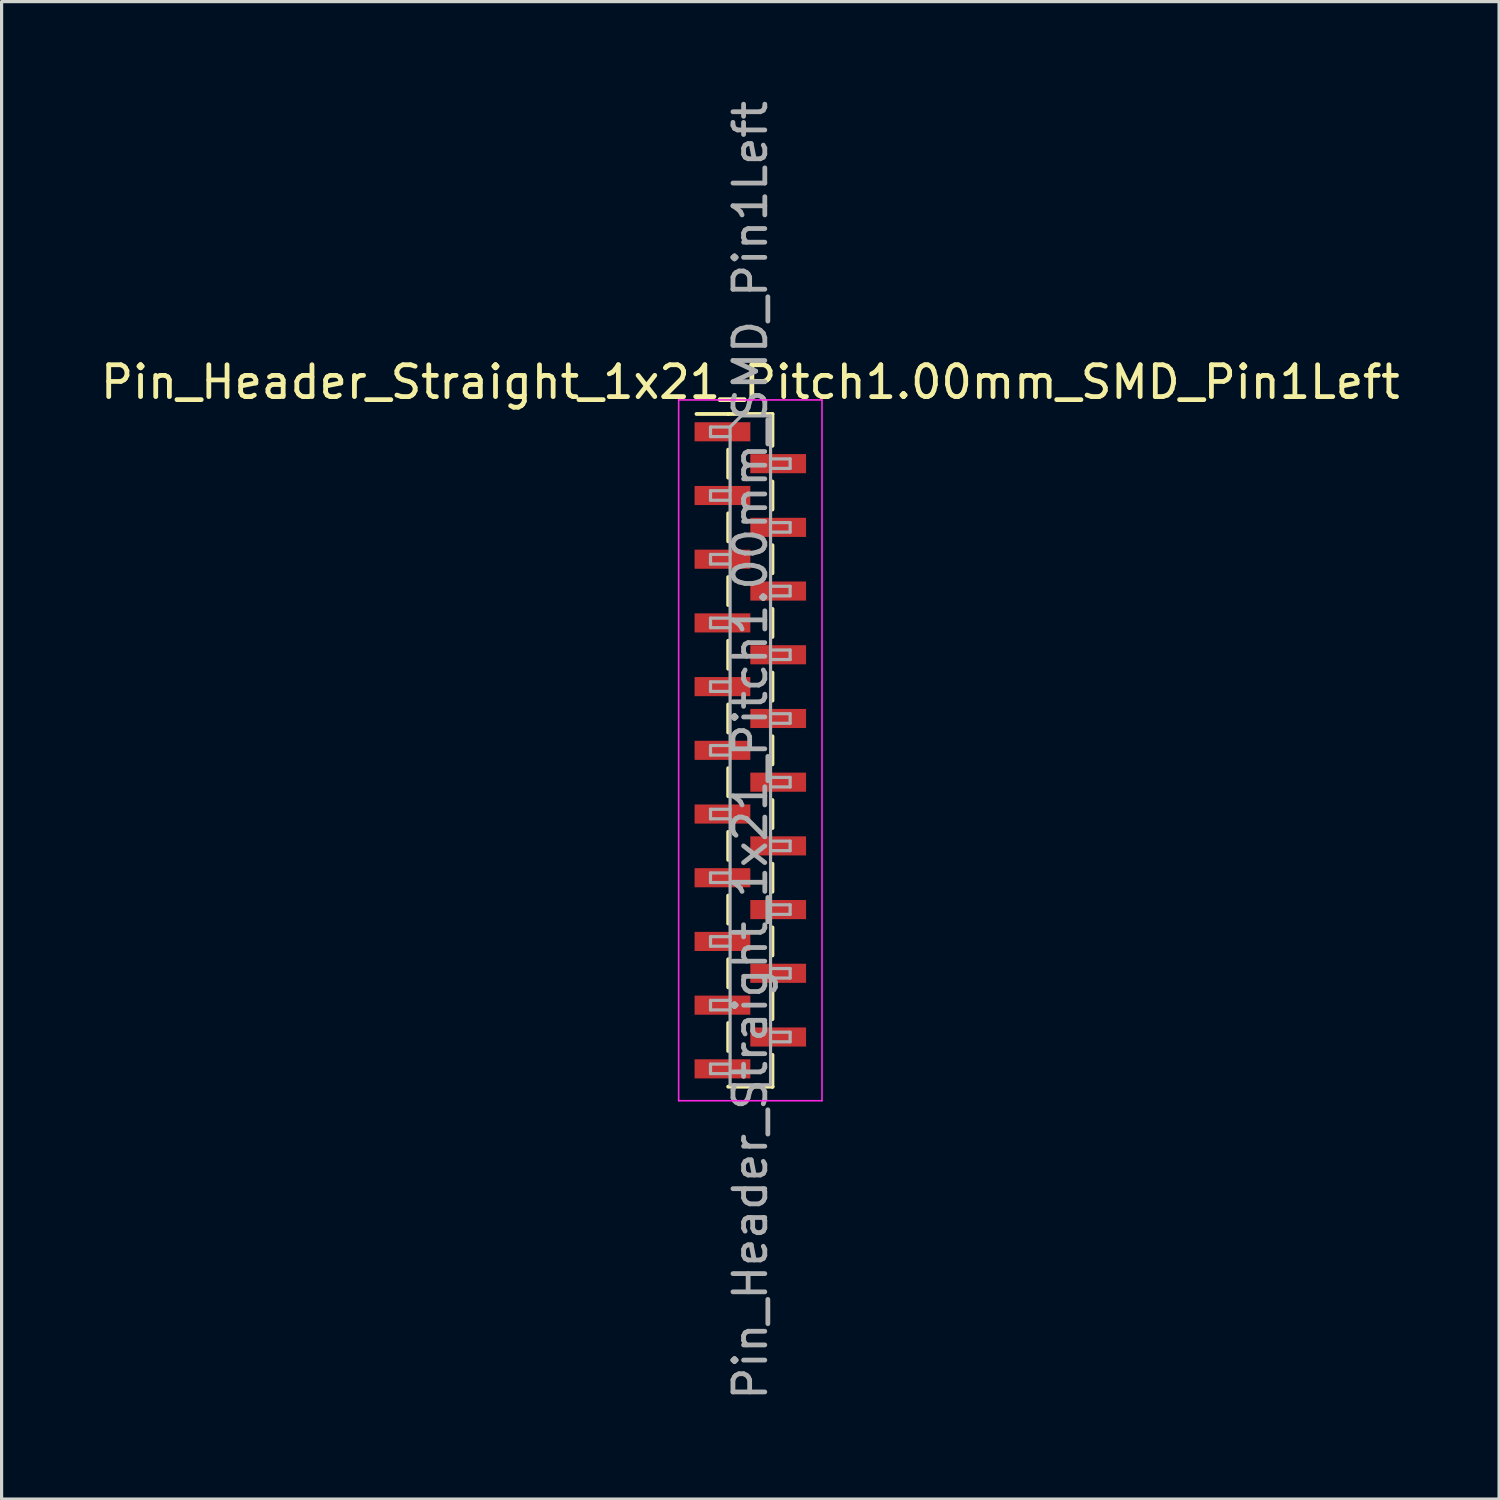
<source format=kicad_pcb>
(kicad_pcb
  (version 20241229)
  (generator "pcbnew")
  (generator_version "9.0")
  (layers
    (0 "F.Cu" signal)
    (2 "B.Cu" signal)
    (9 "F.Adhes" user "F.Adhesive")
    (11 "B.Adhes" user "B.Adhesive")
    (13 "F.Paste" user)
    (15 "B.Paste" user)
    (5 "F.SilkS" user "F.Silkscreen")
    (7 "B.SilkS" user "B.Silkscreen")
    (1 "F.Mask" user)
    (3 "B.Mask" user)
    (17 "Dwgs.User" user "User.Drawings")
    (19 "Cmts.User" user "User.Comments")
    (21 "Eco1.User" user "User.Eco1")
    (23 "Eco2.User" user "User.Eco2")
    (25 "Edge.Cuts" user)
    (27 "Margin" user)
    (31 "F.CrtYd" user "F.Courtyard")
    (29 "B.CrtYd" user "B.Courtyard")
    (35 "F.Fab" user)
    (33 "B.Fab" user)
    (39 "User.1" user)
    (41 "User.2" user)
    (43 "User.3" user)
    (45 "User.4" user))
  (footprint "Pin_Header_Straight_1x21_Pitch1.00mm_SMD_Pin1Left"
    (layer "F.Cu")
    (at 20.506 20.506)
    (property "Reference" "Pin_Header_Straight_1x21_Pitch1.00mm_SMD_Pin1Left" (at 0 -11.56 0) (layer "F.SilkS") (effects (font (size 1 1) (thickness 0.15))))
    (attr smd)
    (fp_line (start -0.695 -10.56) (end -1.69 -10.56) (stroke (width 0.12) (type solid)) (layer "F.SilkS"))
    (fp_line (start -0.695 -10.56) (end -0.695 -10.56) (stroke (width 0.12) (type solid)) (layer "F.SilkS"))
    (fp_line (start -0.695 -10.56) (end 0.695 -10.56) (stroke (width 0.12) (type solid)) (layer "F.SilkS"))
    (fp_line (start -0.695 -9.44) (end -0.695 -8.56) (stroke (width 0.12) (type solid)) (layer "F.SilkS"))
    (fp_line (start -0.695 -7.44) (end -0.695 -6.56) (stroke (width 0.12) (type solid)) (layer "F.SilkS"))
    (fp_line (start -0.695 -5.44) (end -0.695 -4.56) (stroke (width 0.12) (type solid)) (layer "F.SilkS"))
    (fp_line (start -0.695 -3.44) (end -0.695 -2.56) (stroke (width 0.12) (type solid)) (layer "F.SilkS"))
    (fp_line (start -0.695 -1.44) (end -0.695 -0.56) (stroke (width 0.12) (type solid)) (layer "F.SilkS"))
    (fp_line (start -0.695 0.56) (end -0.695 1.44) (stroke (width 0.12) (type solid)) (layer "F.SilkS"))
    (fp_line (start -0.695 2.56) (end -0.695 3.44) (stroke (width 0.12) (type solid)) (layer "F.SilkS"))
    (fp_line (start -0.695 4.56) (end -0.695 5.44) (stroke (width 0.12) (type solid)) (layer "F.SilkS"))
    (fp_line (start -0.695 6.56) (end -0.695 7.44) (stroke (width 0.12) (type solid)) (layer "F.SilkS"))
    (fp_line (start -0.695 8.56) (end -0.695 9.44) (stroke (width 0.12) (type solid)) (layer "F.SilkS"))
    (fp_line (start -0.695 10.56) (end 0.695 10.56) (stroke (width 0.12) (type solid)) (layer "F.SilkS"))
    (fp_line (start 0.695 -10.56) (end 0.695 -9.56) (stroke (width 0.12) (type solid)) (layer "F.SilkS"))
    (fp_line (start 0.695 -8.44) (end 0.695 -7.56) (stroke (width 0.12) (type solid)) (layer "F.SilkS"))
    (fp_line (start 0.695 -6.44) (end 0.695 -5.56) (stroke (width 0.12) (type solid)) (layer "F.SilkS"))
    (fp_line (start 0.695 -4.44) (end 0.695 -3.56) (stroke (width 0.12) (type solid)) (layer "F.SilkS"))
    (fp_line (start 0.695 -2.44) (end 0.695 -1.56) (stroke (width 0.12) (type solid)) (layer "F.SilkS"))
    (fp_line (start 0.695 -0.44) (end 0.695 0.44) (stroke (width 0.12) (type solid)) (layer "F.SilkS"))
    (fp_line (start 0.695 1.56) (end 0.695 2.44) (stroke (width 0.12) (type solid)) (layer "F.SilkS"))
    (fp_line (start 0.695 3.56) (end 0.695 4.44) (stroke (width 0.12) (type solid)) (layer "F.SilkS"))
    (fp_line (start 0.695 5.56) (end 0.695 6.44) (stroke (width 0.12) (type solid)) (layer "F.SilkS"))
    (fp_line (start 0.695 7.56) (end 0.695 8.44) (stroke (width 0.12) (type solid)) (layer "F.SilkS"))
    (fp_line (start 0.695 9.56) (end 0.695 10.56) (stroke (width 0.12) (type solid)) (layer "F.SilkS"))
    (fp_line (start 0.695 10.56) (end 0.695 10.56) (stroke (width 0.12) (type solid)) (layer "F.SilkS"))
    (fp_line (start -2.25 -11) (end -2.25 11) (stroke (width 0.05) (type solid)) (layer "F.CrtYd"))
    (fp_line (start -2.25 11) (end 2.25 11) (stroke (width 0.05) (type solid)) (layer "F.CrtYd"))
    (fp_line (start 2.25 -11) (end -2.25 -11) (stroke (width 0.05) (type solid)) (layer "F.CrtYd"))
    (fp_line (start 2.25 11) (end 2.25 -11) (stroke (width 0.05) (type solid)) (layer "F.CrtYd"))
    (fp_line (start -1.25 -10.15) (end -1.25 -9.85) (stroke (width 0.1) (type solid)) (layer "F.Fab"))
    (fp_line (start -1.25 -9.85) (end -0.635 -9.85) (stroke (width 0.1) (type solid)) (layer "F.Fab"))
    (fp_line (start -1.25 -8.15) (end -1.25 -7.85) (stroke (width 0.1) (type solid)) (layer "F.Fab"))
    (fp_line (start -1.25 -7.85) (end -0.635 -7.85) (stroke (width 0.1) (type solid)) (layer "F.Fab"))
    (fp_line (start -1.25 -6.15) (end -1.25 -5.85) (stroke (width 0.1) (type solid)) (layer "F.Fab"))
    (fp_line (start -1.25 -5.85) (end -0.635 -5.85) (stroke (width 0.1) (type solid)) (layer "F.Fab"))
    (fp_line (start -1.25 -4.15) (end -1.25 -3.85) (stroke (width 0.1) (type solid)) (layer "F.Fab"))
    (fp_line (start -1.25 -3.85) (end -0.635 -3.85) (stroke (width 0.1) (type solid)) (layer "F.Fab"))
    (fp_line (start -1.25 -2.15) (end -1.25 -1.85) (stroke (width 0.1) (type solid)) (layer "F.Fab"))
    (fp_line (start -1.25 -1.85) (end -0.635 -1.85) (stroke (width 0.1) (type solid)) (layer "F.Fab"))
    (fp_line (start -1.25 -0.15) (end -1.25 0.15) (stroke (width 0.1) (type solid)) (layer "F.Fab"))
    (fp_line (start -1.25 0.15) (end -0.635 0.15) (stroke (width 0.1) (type solid)) (layer "F.Fab"))
    (fp_line (start -1.25 1.85) (end -1.25 2.15) (stroke (width 0.1) (type solid)) (layer "F.Fab"))
    (fp_line (start -1.25 2.15) (end -0.635 2.15) (stroke (width 0.1) (type solid)) (layer "F.Fab"))
    (fp_line (start -1.25 3.85) (end -1.25 4.15) (stroke (width 0.1) (type solid)) (layer "F.Fab"))
    (fp_line (start -1.25 4.15) (end -0.635 4.15) (stroke (width 0.1) (type solid)) (layer "F.Fab"))
    (fp_line (start -1.25 5.85) (end -1.25 6.15) (stroke (width 0.1) (type solid)) (layer "F.Fab"))
    (fp_line (start -1.25 6.15) (end -0.635 6.15) (stroke (width 0.1) (type solid)) (layer "F.Fab"))
    (fp_line (start -1.25 7.85) (end -1.25 8.15) (stroke (width 0.1) (type solid)) (layer "F.Fab"))
    (fp_line (start -1.25 8.15) (end -0.635 8.15) (stroke (width 0.1) (type solid)) (layer "F.Fab"))
    (fp_line (start -1.25 9.85) (end -1.25 10.15) (stroke (width 0.1) (type solid)) (layer "F.Fab"))
    (fp_line (start -1.25 10.15) (end -0.635 10.15) (stroke (width 0.1) (type solid)) (layer "F.Fab"))
    (fp_line (start -0.635 -10.15) (end -1.25 -10.15) (stroke (width 0.1) (type solid)) (layer "F.Fab"))
    (fp_line (start -0.635 -10.15) (end -0.285 -10.5) (stroke (width 0.1) (type solid)) (layer "F.Fab"))
    (fp_line (start -0.635 -8.15) (end -1.25 -8.15) (stroke (width 0.1) (type solid)) (layer "F.Fab"))
    (fp_line (start -0.635 -6.15) (end -1.25 -6.15) (stroke (width 0.1) (type solid)) (layer "F.Fab"))
    (fp_line (start -0.635 -4.15) (end -1.25 -4.15) (stroke (width 0.1) (type solid)) (layer "F.Fab"))
    (fp_line (start -0.635 -2.15) (end -1.25 -2.15) (stroke (width 0.1) (type solid)) (layer "F.Fab"))
    (fp_line (start -0.635 -0.15) (end -1.25 -0.15) (stroke (width 0.1) (type solid)) (layer "F.Fab"))
    (fp_line (start -0.635 1.85) (end -1.25 1.85) (stroke (width 0.1) (type solid)) (layer "F.Fab"))
    (fp_line (start -0.635 3.85) (end -1.25 3.85) (stroke (width 0.1) (type solid)) (layer "F.Fab"))
    (fp_line (start -0.635 5.85) (end -1.25 5.85) (stroke (width 0.1) (type solid)) (layer "F.Fab"))
    (fp_line (start -0.635 7.85) (end -1.25 7.85) (stroke (width 0.1) (type solid)) (layer "F.Fab"))
    (fp_line (start -0.635 9.85) (end -1.25 9.85) (stroke (width 0.1) (type solid)) (layer "F.Fab"))
    (fp_line (start -0.635 10.5) (end -0.635 -10.15) (stroke (width 0.1) (type solid)) (layer "F.Fab"))
    (fp_line (start -0.285 -10.5) (end 0.635 -10.5) (stroke (width 0.1) (type solid)) (layer "F.Fab"))
    (fp_line (start 0.635 -10.5) (end 0.635 10.5) (stroke (width 0.1) (type solid)) (layer "F.Fab"))
    (fp_line (start 0.635 -9.15) (end 1.25 -9.15) (stroke (width 0.1) (type solid)) (layer "F.Fab"))
    (fp_line (start 0.635 -7.15) (end 1.25 -7.15) (stroke (width 0.1) (type solid)) (layer "F.Fab"))
    (fp_line (start 0.635 -5.15) (end 1.25 -5.15) (stroke (width 0.1) (type solid)) (layer "F.Fab"))
    (fp_line (start 0.635 -3.15) (end 1.25 -3.15) (stroke (width 0.1) (type solid)) (layer "F.Fab"))
    (fp_line (start 0.635 -1.15) (end 1.25 -1.15) (stroke (width 0.1) (type solid)) (layer "F.Fab"))
    (fp_line (start 0.635 0.85) (end 1.25 0.85) (stroke (width 0.1) (type solid)) (layer "F.Fab"))
    (fp_line (start 0.635 2.85) (end 1.25 2.85) (stroke (width 0.1) (type solid)) (layer "F.Fab"))
    (fp_line (start 0.635 4.85) (end 1.25 4.85) (stroke (width 0.1) (type solid)) (layer "F.Fab"))
    (fp_line (start 0.635 6.85) (end 1.25 6.85) (stroke (width 0.1) (type solid)) (layer "F.Fab"))
    (fp_line (start 0.635 8.85) (end 1.25 8.85) (stroke (width 0.1) (type solid)) (layer "F.Fab"))
    (fp_line (start 0.635 10.5) (end -0.635 10.5) (stroke (width 0.1) (type solid)) (layer "F.Fab"))
    (fp_line (start 1.25 -9.15) (end 1.25 -8.85) (stroke (width 0.1) (type solid)) (layer "F.Fab"))
    (fp_line (start 1.25 -8.85) (end 0.635 -8.85) (stroke (width 0.1) (type solid)) (layer "F.Fab"))
    (fp_line (start 1.25 -7.15) (end 1.25 -6.85) (stroke (width 0.1) (type solid)) (layer "F.Fab"))
    (fp_line (start 1.25 -6.85) (end 0.635 -6.85) (stroke (width 0.1) (type solid)) (layer "F.Fab"))
    (fp_line (start 1.25 -5.15) (end 1.25 -4.85) (stroke (width 0.1) (type solid)) (layer "F.Fab"))
    (fp_line (start 1.25 -4.85) (end 0.635 -4.85) (stroke (width 0.1) (type solid)) (layer "F.Fab"))
    (fp_line (start 1.25 -3.15) (end 1.25 -2.85) (stroke (width 0.1) (type solid)) (layer "F.Fab"))
    (fp_line (start 1.25 -2.85) (end 0.635 -2.85) (stroke (width 0.1) (type solid)) (layer "F.Fab"))
    (fp_line (start 1.25 -1.15) (end 1.25 -0.85) (stroke (width 0.1) (type solid)) (layer "F.Fab"))
    (fp_line (start 1.25 -0.85) (end 0.635 -0.85) (stroke (width 0.1) (type solid)) (layer "F.Fab"))
    (fp_line (start 1.25 0.85) (end 1.25 1.15) (stroke (width 0.1) (type solid)) (layer "F.Fab"))
    (fp_line (start 1.25 1.15) (end 0.635 1.15) (stroke (width 0.1) (type solid)) (layer "F.Fab"))
    (fp_line (start 1.25 2.85) (end 1.25 3.15) (stroke (width 0.1) (type solid)) (layer "F.Fab"))
    (fp_line (start 1.25 3.15) (end 0.635 3.15) (stroke (width 0.1) (type solid)) (layer "F.Fab"))
    (fp_line (start 1.25 4.85) (end 1.25 5.15) (stroke (width 0.1) (type solid)) (layer "F.Fab"))
    (fp_line (start 1.25 5.15) (end 0.635 5.15) (stroke (width 0.1) (type solid)) (layer "F.Fab"))
    (fp_line (start 1.25 6.85) (end 1.25 7.15) (stroke (width 0.1) (type solid)) (layer "F.Fab"))
    (fp_line (start 1.25 7.15) (end 0.635 7.15) (stroke (width 0.1) (type solid)) (layer "F.Fab"))
    (fp_line (start 1.25 8.85) (end 1.25 9.15) (stroke (width 0.1) (type solid)) (layer "F.Fab"))
    (fp_line (start 1.25 9.15) (end 0.635 9.15) (stroke (width 0.1) (type solid)) (layer "F.Fab"))
    (fp_text user "${REFERENCE}" (at 0 0 90) (layer "F.Fab") (effects (font (size 1 1) (thickness 0.15))))
    (pad "1" smd rect (at -0.875 -10) (size 1.75 0.6) (layers "F.Cu" "F.Mask" "F.Paste"))
    (pad "2" smd rect (at 0.875 -9) (size 1.75 0.6) (layers "F.Cu" "F.Mask" "F.Paste"))
    (pad "3" smd rect (at -0.875 -8) (size 1.75 0.6) (layers "F.Cu" "F.Mask" "F.Paste"))
    (pad "4" smd rect (at 0.875 -7) (size 1.75 0.6) (layers "F.Cu" "F.Mask" "F.Paste"))
    (pad "5" smd rect (at -0.875 -6) (size 1.75 0.6) (layers "F.Cu" "F.Mask" "F.Paste"))
    (pad "6" smd rect (at 0.875 -5) (size 1.75 0.6) (layers "F.Cu" "F.Mask" "F.Paste"))
    (pad "7" smd rect (at -0.875 -4) (size 1.75 0.6) (layers "F.Cu" "F.Mask" "F.Paste"))
    (pad "8" smd rect (at 0.875 -3) (size 1.75 0.6) (layers "F.Cu" "F.Mask" "F.Paste"))
    (pad "9" smd rect (at -0.875 -2) (size 1.75 0.6) (layers "F.Cu" "F.Mask" "F.Paste"))
    (pad "10" smd rect (at 0.875 -1) (size 1.75 0.6) (layers "F.Cu" "F.Mask" "F.Paste"))
    (pad "11" smd rect (at -0.875 0) (size 1.75 0.6) (layers "F.Cu" "F.Mask" "F.Paste"))
    (pad "12" smd rect (at 0.875 1) (size 1.75 0.6) (layers "F.Cu" "F.Mask" "F.Paste"))
    (pad "13" smd rect (at -0.875 2) (size 1.75 0.6) (layers "F.Cu" "F.Mask" "F.Paste"))
    (pad "14" smd rect (at 0.875 3) (size 1.75 0.6) (layers "F.Cu" "F.Mask" "F.Paste"))
    (pad "15" smd rect (at -0.875 4) (size 1.75 0.6) (layers "F.Cu" "F.Mask" "F.Paste"))
    (pad "16" smd rect (at 0.875 5) (size 1.75 0.6) (layers "F.Cu" "F.Mask" "F.Paste"))
    (pad "17" smd rect (at -0.875 6) (size 1.75 0.6) (layers "F.Cu" "F.Mask" "F.Paste"))
    (pad "18" smd rect (at 0.875 7) (size 1.75 0.6) (layers "F.Cu" "F.Mask" "F.Paste"))
    (pad "19" smd rect (at -0.875 8) (size 1.75 0.6) (layers "F.Cu" "F.Mask" "F.Paste"))
    (pad "20" smd rect (at 0.875 9) (size 1.75 0.6) (layers "F.Cu" "F.Mask" "F.Paste"))
    (pad "21" smd rect (at -0.875 10) (size 1.75 0.6) (layers "F.Cu" "F.Mask" "F.Paste")))
  (gr_rect
    (start -3 -3)
    (end 44.012 44.012)
    (stroke (width 0.1) (type default))
    (fill no)
    (layer "Edge.Cuts")))
</source>
